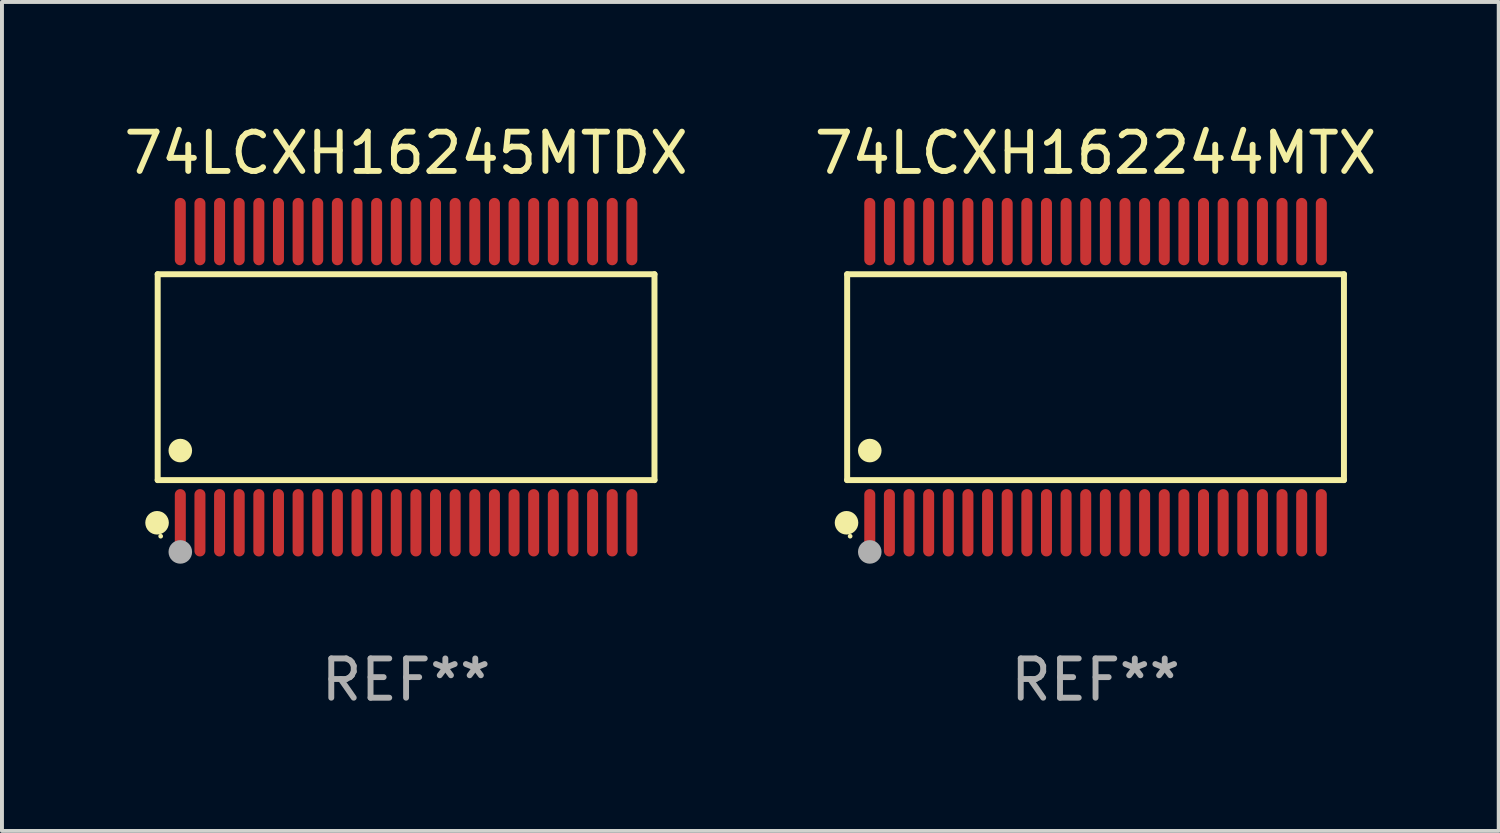
<source format=kicad_pcb>
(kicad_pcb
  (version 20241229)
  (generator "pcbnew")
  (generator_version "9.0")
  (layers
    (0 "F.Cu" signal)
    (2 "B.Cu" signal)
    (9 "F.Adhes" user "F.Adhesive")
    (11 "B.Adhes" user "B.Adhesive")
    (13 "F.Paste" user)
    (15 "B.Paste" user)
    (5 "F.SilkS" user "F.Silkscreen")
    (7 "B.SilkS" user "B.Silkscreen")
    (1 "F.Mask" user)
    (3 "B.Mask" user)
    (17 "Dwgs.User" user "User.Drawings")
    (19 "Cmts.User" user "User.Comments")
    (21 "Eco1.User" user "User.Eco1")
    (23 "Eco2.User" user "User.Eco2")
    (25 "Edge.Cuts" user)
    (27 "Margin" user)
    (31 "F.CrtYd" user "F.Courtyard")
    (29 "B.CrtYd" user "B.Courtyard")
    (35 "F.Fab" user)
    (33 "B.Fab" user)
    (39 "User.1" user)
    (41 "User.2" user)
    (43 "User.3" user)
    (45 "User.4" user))
  (footprint "74LCXH16245MTDX"
    (layer "F.Cu")
    (at 7.292 6.556)
    (property "Reference" "74LCXH16245MTDX" (at 0 -5.708 0) (layer "F.SilkS") (effects (font (size 1 1) (thickness 0.15))))
    (attr through_hole)
    (fp_line (start -6.326 -2.622) (end 6.326 -2.622) (stroke (width 0.152) (type solid)) (layer "F.SilkS"))
    (fp_line (start -6.326 2.621) (end -6.326 -2.622) (stroke (width 0.152) (type solid)) (layer "F.SilkS"))
    (fp_line (start 6.326 -2.622) (end 6.326 2.621) (stroke (width 0.152) (type solid)) (layer "F.SilkS"))
    (fp_line (start 6.326 2.621) (end -6.326 2.621) (stroke (width 0.152) (type solid)) (layer "F.SilkS"))
    (fp_circle (center -6.342 3.708) (end -6.192 3.708) (stroke (width 0.3) (type solid)) (fill no) (layer "F.SilkS"))
    (fp_circle (center -6.25 4.05) (end -6.22 4.05) (stroke (width 0.06) (type solid)) (fill no) (layer "F.SilkS"))
    (fp_circle (center -5.75 1.869) (end -5.6 1.869) (stroke (width 0.3) (type solid)) (fill no) (layer "F.SilkS"))
    (fp_circle (center -5.75 4.45) (end -5.6 4.45) (stroke (width 0.3) (type solid)) (fill no) (layer "F.Fab"))
    (fp_text user "REF**" (at 0 7.708 0) (layer "F.Fab") (effects (font (size 1 1) (thickness 0.15))))
    (pad "1" smd oval (at -5.75 3.708) (size 0.28 1.715) (layers "F.Cu" "F.Mask" "F.Paste"))
    (pad "2" smd oval (at -5.25 3.708) (size 0.28 1.715) (layers "F.Cu" "F.Mask" "F.Paste"))
    (pad "3" smd oval (at -4.75 3.708) (size 0.28 1.715) (layers "F.Cu" "F.Mask" "F.Paste"))
    (pad "4" smd oval (at -4.25 3.708) (size 0.28 1.715) (layers "F.Cu" "F.Mask" "F.Paste"))
    (pad "5" smd oval (at -3.75 3.708) (size 0.28 1.715) (layers "F.Cu" "F.Mask" "F.Paste"))
    (pad "6" smd oval (at -3.25 3.708) (size 0.28 1.715) (layers "F.Cu" "F.Mask" "F.Paste"))
    (pad "7" smd oval (at -2.75 3.708) (size 0.28 1.715) (layers "F.Cu" "F.Mask" "F.Paste"))
    (pad "8" smd oval (at -2.25 3.708) (size 0.28 1.715) (layers "F.Cu" "F.Mask" "F.Paste"))
    (pad "9" smd oval (at -1.75 3.708) (size 0.28 1.715) (layers "F.Cu" "F.Mask" "F.Paste"))
    (pad "10" smd oval (at -1.25 3.708) (size 0.28 1.715) (layers "F.Cu" "F.Mask" "F.Paste"))
    (pad "11" smd oval (at -0.75 3.708) (size 0.28 1.715) (layers "F.Cu" "F.Mask" "F.Paste"))
    (pad "12" smd oval (at -0.25 3.708) (size 0.28 1.715) (layers "F.Cu" "F.Mask" "F.Paste"))
    (pad "13" smd oval (at 0.25 3.708) (size 0.28 1.715) (layers "F.Cu" "F.Mask" "F.Paste"))
    (pad "14" smd oval (at 0.75 3.708) (size 0.28 1.715) (layers "F.Cu" "F.Mask" "F.Paste"))
    (pad "15" smd oval (at 1.25 3.708) (size 0.28 1.715) (layers "F.Cu" "F.Mask" "F.Paste"))
    (pad "16" smd oval (at 1.75 3.708) (size 0.28 1.715) (layers "F.Cu" "F.Mask" "F.Paste"))
    (pad "17" smd oval (at 2.25 3.708) (size 0.28 1.715) (layers "F.Cu" "F.Mask" "F.Paste"))
    (pad "18" smd oval (at 2.75 3.708) (size 0.28 1.715) (layers "F.Cu" "F.Mask" "F.Paste"))
    (pad "19" smd oval (at 3.25 3.708) (size 0.28 1.715) (layers "F.Cu" "F.Mask" "F.Paste"))
    (pad "20" smd oval (at 3.75 3.708) (size 0.28 1.715) (layers "F.Cu" "F.Mask" "F.Paste"))
    (pad "21" smd oval (at 4.25 3.708) (size 0.28 1.715) (layers "F.Cu" "F.Mask" "F.Paste"))
    (pad "22" smd oval (at 4.75 3.708) (size 0.28 1.715) (layers "F.Cu" "F.Mask" "F.Paste"))
    (pad "23" smd oval (at 5.25 3.708) (size 0.28 1.715) (layers "F.Cu" "F.Mask" "F.Paste"))
    (pad "24" smd oval (at 5.75 3.708) (size 0.28 1.715) (layers "F.Cu" "F.Mask" "F.Paste"))
    (pad "25" smd oval (at 5.75 -3.708) (size 0.28 1.715) (layers "F.Cu" "F.Mask" "F.Paste"))
    (pad "26" smd oval (at 5.25 -3.708) (size 0.28 1.715) (layers "F.Cu" "F.Mask" "F.Paste"))
    (pad "27" smd oval (at 4.75 -3.708) (size 0.28 1.715) (layers "F.Cu" "F.Mask" "F.Paste"))
    (pad "28" smd oval (at 4.25 -3.708) (size 0.28 1.715) (layers "F.Cu" "F.Mask" "F.Paste"))
    (pad "29" smd oval (at 3.75 -3.708) (size 0.28 1.715) (layers "F.Cu" "F.Mask" "F.Paste"))
    (pad "30" smd oval (at 3.25 -3.708) (size 0.28 1.715) (layers "F.Cu" "F.Mask" "F.Paste"))
    (pad "31" smd oval (at 2.75 -3.708) (size 0.28 1.715) (layers "F.Cu" "F.Mask" "F.Paste"))
    (pad "32" smd oval (at 2.25 -3.708) (size 0.28 1.715) (layers "F.Cu" "F.Mask" "F.Paste"))
    (pad "33" smd oval (at 1.75 -3.708) (size 0.28 1.715) (layers "F.Cu" "F.Mask" "F.Paste"))
    (pad "34" smd oval (at 1.25 -3.708) (size 0.28 1.715) (layers "F.Cu" "F.Mask" "F.Paste"))
    (pad "35" smd oval (at 0.75 -3.708) (size 0.28 1.715) (layers "F.Cu" "F.Mask" "F.Paste"))
    (pad "36" smd oval (at 0.25 -3.708) (size 0.28 1.715) (layers "F.Cu" "F.Mask" "F.Paste"))
    (pad "37" smd oval (at -0.25 -3.708) (size 0.28 1.715) (layers "F.Cu" "F.Mask" "F.Paste"))
    (pad "38" smd oval (at -0.75 -3.708) (size 0.28 1.715) (layers "F.Cu" "F.Mask" "F.Paste"))
    (pad "39" smd oval (at -1.25 -3.708) (size 0.28 1.715) (layers "F.Cu" "F.Mask" "F.Paste"))
    (pad "40" smd oval (at -1.75 -3.708) (size 0.28 1.715) (layers "F.Cu" "F.Mask" "F.Paste"))
    (pad "41" smd oval (at -2.25 -3.708) (size 0.28 1.715) (layers "F.Cu" "F.Mask" "F.Paste"))
    (pad "42" smd oval (at -2.75 -3.708) (size 0.28 1.715) (layers "F.Cu" "F.Mask" "F.Paste"))
    (pad "43" smd oval (at -3.25 -3.708) (size 0.28 1.715) (layers "F.Cu" "F.Mask" "F.Paste"))
    (pad "44" smd oval (at -3.75 -3.708) (size 0.28 1.715) (layers "F.Cu" "F.Mask" "F.Paste"))
    (pad "45" smd oval (at -4.25 -3.708) (size 0.28 1.715) (layers "F.Cu" "F.Mask" "F.Paste"))
    (pad "46" smd oval (at -4.75 -3.708) (size 0.28 1.715) (layers "F.Cu" "F.Mask" "F.Paste"))
    (pad "47" smd oval (at -5.25 -3.708) (size 0.28 1.715) (layers "F.Cu" "F.Mask" "F.Paste"))
    (pad "48" smd oval (at -5.75 -3.708) (size 0.28 1.715) (layers "F.Cu" "F.Mask" "F.Paste")))
  (footprint "74LCXH162244MTX"
    (layer "F.Cu")
    (at 24.851 6.556)
    (property "Reference" "74LCXH162244MTX" (at 0 -5.708 0) (layer "F.SilkS") (effects (font (size 1 1) (thickness 0.15))))
    (attr through_hole)
    (fp_line (start -6.326 -2.622) (end 6.326 -2.622) (stroke (width 0.152) (type solid)) (layer "F.SilkS"))
    (fp_line (start -6.326 2.621) (end -6.326 -2.622) (stroke (width 0.152) (type solid)) (layer "F.SilkS"))
    (fp_line (start 6.326 -2.622) (end 6.326 2.621) (stroke (width 0.152) (type solid)) (layer "F.SilkS"))
    (fp_line (start 6.326 2.621) (end -6.326 2.621) (stroke (width 0.152) (type solid)) (layer "F.SilkS"))
    (fp_circle (center -6.342 3.708) (end -6.192 3.708) (stroke (width 0.3) (type solid)) (fill no) (layer "F.SilkS"))
    (fp_circle (center -6.25 4.05) (end -6.22 4.05) (stroke (width 0.06) (type solid)) (fill no) (layer "F.SilkS"))
    (fp_circle (center -5.75 1.869) (end -5.6 1.869) (stroke (width 0.3) (type solid)) (fill no) (layer "F.SilkS"))
    (fp_circle (center -5.75 4.45) (end -5.6 4.45) (stroke (width 0.3) (type solid)) (fill no) (layer "F.Fab"))
    (fp_text user "REF**" (at 0 7.708 0) (layer "F.Fab") (effects (font (size 1 1) (thickness 0.15))))
    (pad "1" smd oval (at -5.75 3.708) (size 0.28 1.715) (layers "F.Cu" "F.Mask" "F.Paste"))
    (pad "2" smd oval (at -5.25 3.708) (size 0.28 1.715) (layers "F.Cu" "F.Mask" "F.Paste"))
    (pad "3" smd oval (at -4.75 3.708) (size 0.28 1.715) (layers "F.Cu" "F.Mask" "F.Paste"))
    (pad "4" smd oval (at -4.25 3.708) (size 0.28 1.715) (layers "F.Cu" "F.Mask" "F.Paste"))
    (pad "5" smd oval (at -3.75 3.708) (size 0.28 1.715) (layers "F.Cu" "F.Mask" "F.Paste"))
    (pad "6" smd oval (at -3.25 3.708) (size 0.28 1.715) (layers "F.Cu" "F.Mask" "F.Paste"))
    (pad "7" smd oval (at -2.75 3.708) (size 0.28 1.715) (layers "F.Cu" "F.Mask" "F.Paste"))
    (pad "8" smd oval (at -2.25 3.708) (size 0.28 1.715) (layers "F.Cu" "F.Mask" "F.Paste"))
    (pad "9" smd oval (at -1.75 3.708) (size 0.28 1.715) (layers "F.Cu" "F.Mask" "F.Paste"))
    (pad "10" smd oval (at -1.25 3.708) (size 0.28 1.715) (layers "F.Cu" "F.Mask" "F.Paste"))
    (pad "11" smd oval (at -0.75 3.708) (size 0.28 1.715) (layers "F.Cu" "F.Mask" "F.Paste"))
    (pad "12" smd oval (at -0.25 3.708) (size 0.28 1.715) (layers "F.Cu" "F.Mask" "F.Paste"))
    (pad "13" smd oval (at 0.25 3.708) (size 0.28 1.715) (layers "F.Cu" "F.Mask" "F.Paste"))
    (pad "14" smd oval (at 0.75 3.708) (size 0.28 1.715) (layers "F.Cu" "F.Mask" "F.Paste"))
    (pad "15" smd oval (at 1.25 3.708) (size 0.28 1.715) (layers "F.Cu" "F.Mask" "F.Paste"))
    (pad "16" smd oval (at 1.75 3.708) (size 0.28 1.715) (layers "F.Cu" "F.Mask" "F.Paste"))
    (pad "17" smd oval (at 2.25 3.708) (size 0.28 1.715) (layers "F.Cu" "F.Mask" "F.Paste"))
    (pad "18" smd oval (at 2.75 3.708) (size 0.28 1.715) (layers "F.Cu" "F.Mask" "F.Paste"))
    (pad "19" smd oval (at 3.25 3.708) (size 0.28 1.715) (layers "F.Cu" "F.Mask" "F.Paste"))
    (pad "20" smd oval (at 3.75 3.708) (size 0.28 1.715) (layers "F.Cu" "F.Mask" "F.Paste"))
    (pad "21" smd oval (at 4.25 3.708) (size 0.28 1.715) (layers "F.Cu" "F.Mask" "F.Paste"))
    (pad "22" smd oval (at 4.75 3.708) (size 0.28 1.715) (layers "F.Cu" "F.Mask" "F.Paste"))
    (pad "23" smd oval (at 5.25 3.708) (size 0.28 1.715) (layers "F.Cu" "F.Mask" "F.Paste"))
    (pad "24" smd oval (at 5.75 3.708) (size 0.28 1.715) (layers "F.Cu" "F.Mask" "F.Paste"))
    (pad "25" smd oval (at 5.75 -3.708) (size 0.28 1.715) (layers "F.Cu" "F.Mask" "F.Paste"))
    (pad "26" smd oval (at 5.25 -3.708) (size 0.28 1.715) (layers "F.Cu" "F.Mask" "F.Paste"))
    (pad "27" smd oval (at 4.75 -3.708) (size 0.28 1.715) (layers "F.Cu" "F.Mask" "F.Paste"))
    (pad "28" smd oval (at 4.25 -3.708) (size 0.28 1.715) (layers "F.Cu" "F.Mask" "F.Paste"))
    (pad "29" smd oval (at 3.75 -3.708) (size 0.28 1.715) (layers "F.Cu" "F.Mask" "F.Paste"))
    (pad "30" smd oval (at 3.25 -3.708) (size 0.28 1.715) (layers "F.Cu" "F.Mask" "F.Paste"))
    (pad "31" smd oval (at 2.75 -3.708) (size 0.28 1.715) (layers "F.Cu" "F.Mask" "F.Paste"))
    (pad "32" smd oval (at 2.25 -3.708) (size 0.28 1.715) (layers "F.Cu" "F.Mask" "F.Paste"))
    (pad "33" smd oval (at 1.75 -3.708) (size 0.28 1.715) (layers "F.Cu" "F.Mask" "F.Paste"))
    (pad "34" smd oval (at 1.25 -3.708) (size 0.28 1.715) (layers "F.Cu" "F.Mask" "F.Paste"))
    (pad "35" smd oval (at 0.75 -3.708) (size 0.28 1.715) (layers "F.Cu" "F.Mask" "F.Paste"))
    (pad "36" smd oval (at 0.25 -3.708) (size 0.28 1.715) (layers "F.Cu" "F.Mask" "F.Paste"))
    (pad "37" smd oval (at -0.25 -3.708) (size 0.28 1.715) (layers "F.Cu" "F.Mask" "F.Paste"))
    (pad "38" smd oval (at -0.75 -3.708) (size 0.28 1.715) (layers "F.Cu" "F.Mask" "F.Paste"))
    (pad "39" smd oval (at -1.25 -3.708) (size 0.28 1.715) (layers "F.Cu" "F.Mask" "F.Paste"))
    (pad "40" smd oval (at -1.75 -3.708) (size 0.28 1.715) (layers "F.Cu" "F.Mask" "F.Paste"))
    (pad "41" smd oval (at -2.25 -3.708) (size 0.28 1.715) (layers "F.Cu" "F.Mask" "F.Paste"))
    (pad "42" smd oval (at -2.75 -3.708) (size 0.28 1.715) (layers "F.Cu" "F.Mask" "F.Paste"))
    (pad "43" smd oval (at -3.25 -3.708) (size 0.28 1.715) (layers "F.Cu" "F.Mask" "F.Paste"))
    (pad "44" smd oval (at -3.75 -3.708) (size 0.28 1.715) (layers "F.Cu" "F.Mask" "F.Paste"))
    (pad "45" smd oval (at -4.25 -3.708) (size 0.28 1.715) (layers "F.Cu" "F.Mask" "F.Paste"))
    (pad "46" smd oval (at -4.75 -3.708) (size 0.28 1.715) (layers "F.Cu" "F.Mask" "F.Paste"))
    (pad "47" smd oval (at -5.25 -3.708) (size 0.28 1.715) (layers "F.Cu" "F.Mask" "F.Paste"))
    (pad "48" smd oval (at -5.75 -3.708) (size 0.28 1.715) (layers "F.Cu" "F.Mask" "F.Paste")))
  (gr_rect
    (start -3 -3)
    (end 35.119 18.112)
    (stroke (width 0.1) (type default))
    (fill no)
    (layer "Edge.Cuts")))
</source>
